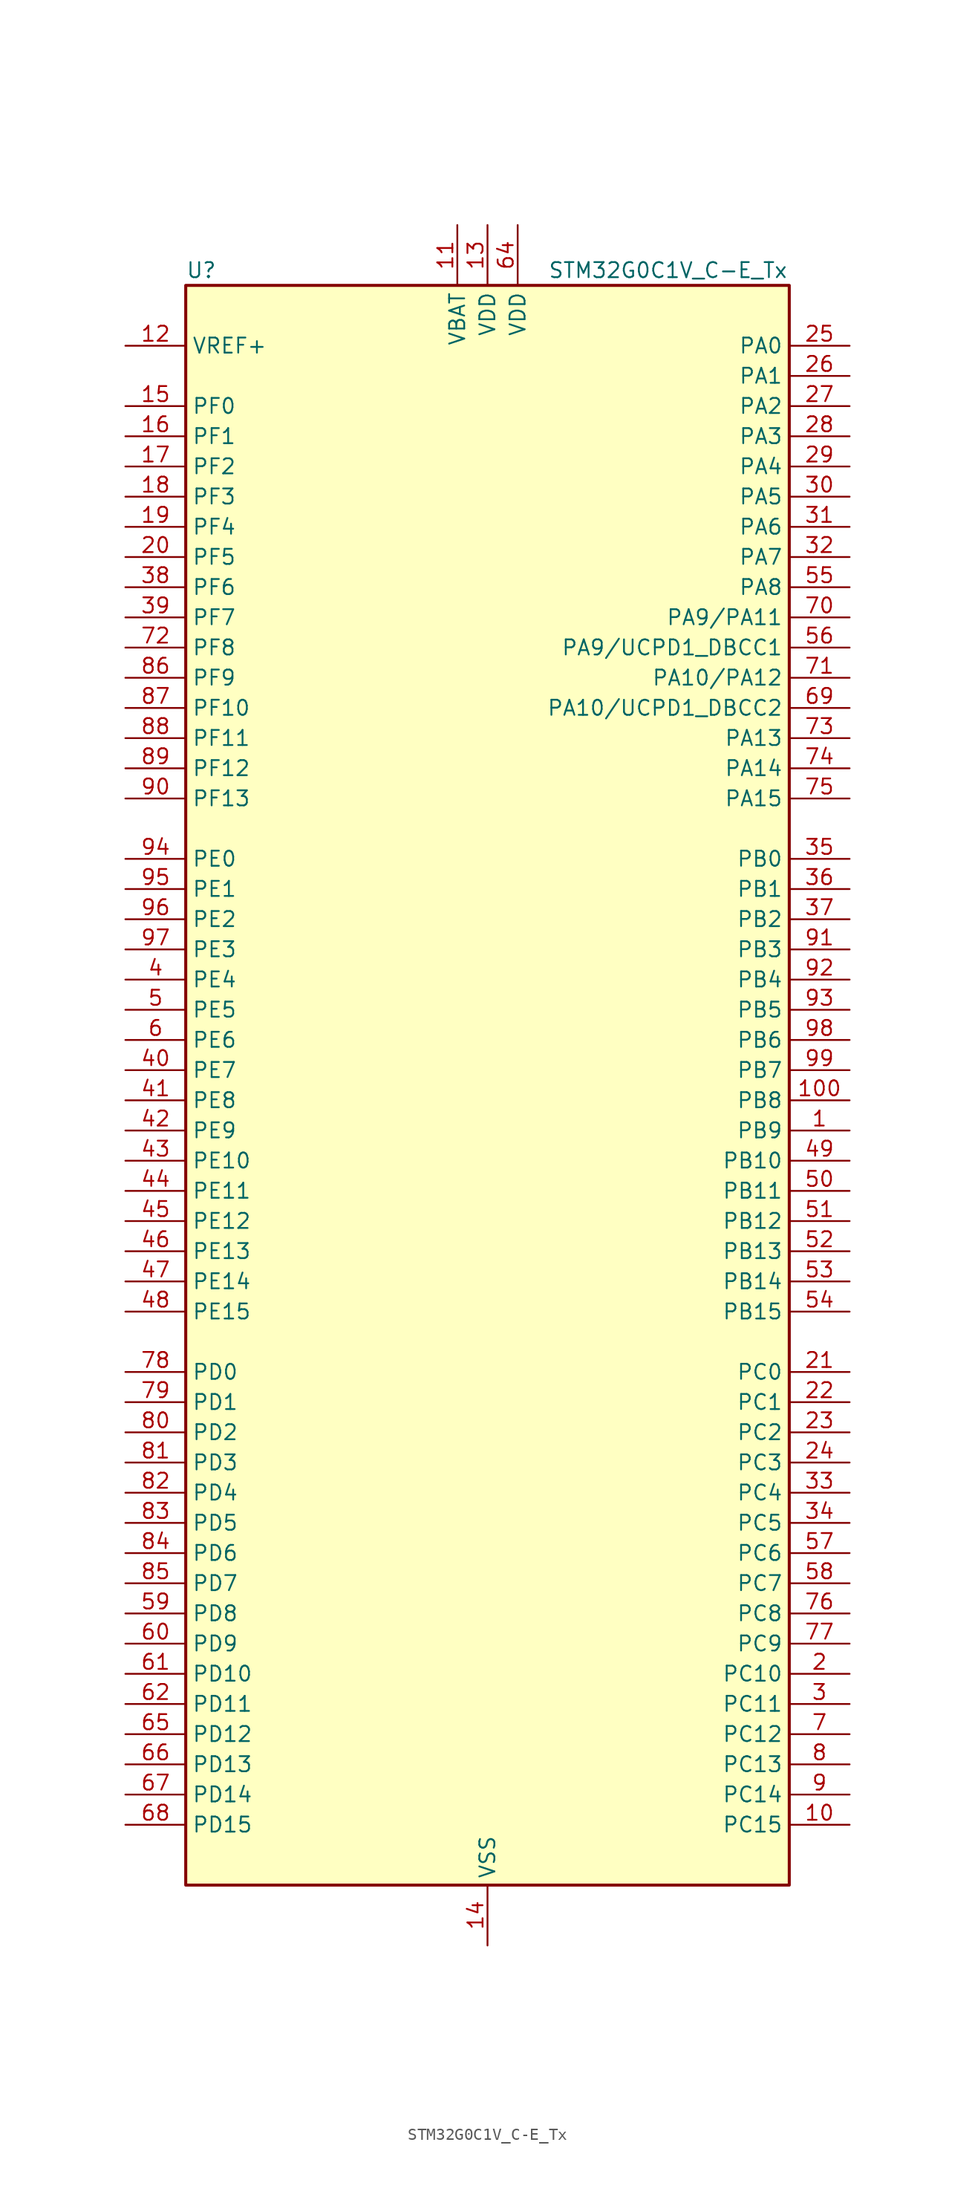
<source format=kicad_sym>
(kicad_symbol_lib
  (version 20231120)
  (generator "kicad-library-utils")
  (generator_version "8.0")
  (symbol "STM32G0C1V_C-E_Tx"
    (property "Reference" "U"
      (at -25.4 69.85 0)
      (effects (font (size 1.27 1.27)) (justify left)))
    (property "Value" "STM32G0C1V_C-E_Tx"
      (at 5.08 69.85 0)
      (effects (font (size 1.27 1.27)) (justify left)))
    (symbol "STM32G0C1V_C-E_Tx_0_1"
      (rectangle (start -25.4 -66.04) (end 25.4 68.58) (stroke (width 0.254) (type default)) (fill (type background))))
    (symbol "STM32G0C1V_C-E_Tx_1_1"
      (pin bidirectional line (at 30.48 -2.54 180) (length 5.08) (name "PB9" (effects (font (size 1.27 1.27)))) (number "1" (effects (font (size 1.27 1.27)))) (alternate "DAC1_EXTI9" bidirectional line) (alternate "FDCAN1_TX" bidirectional line) (alternate "I2C1_SDA" bidirectional line) (alternate "I2S2_WS" bidirectional line) (alternate "IR_OUT" bidirectional line) (alternate "SPI2_NSS" bidirectional line) (alternate "TIM17_CH1" bidirectional line) (alternate "TIM4_CH4" bidirectional line) (alternate "UCPD2_FRSTX1" bidirectional line) (alternate "UCPD2_FRSTX2" bidirectional line) (alternate "USART3_RX" bidirectional line) (alternate "USART6_RX" bidirectional line))
      (pin bidirectional line (at 30.48 -60.96 180) (length 5.08) (name "PC15" (effects (font (size 1.27 1.27)))) (number "10" (effects (font (size 1.27 1.27)))) (alternate "RCC_OSC32_EN" bidirectional line) (alternate "RCC_OSC32_OUT" bidirectional line) (alternate "RCC_OSC_EN" bidirectional line) (alternate "TIM15_BK" bidirectional line))
      (pin bidirectional line (at 30.48 0 180) (length 5.08) (name "PB8" (effects (font (size 1.27 1.27)))) (number "100" (effects (font (size 1.27 1.27)))) (alternate "CEC" bidirectional line) (alternate "FDCAN1_RX" bidirectional line) (alternate "I2C1_SCL" bidirectional line) (alternate "I2S2_CK" bidirectional line) (alternate "SPI2_SCK" bidirectional line) (alternate "TIM15_BK" bidirectional line) (alternate "TIM16_CH1" bidirectional line) (alternate "TIM4_CH3" bidirectional line) (alternate "USART3_TX" bidirectional line) (alternate "USART6_TX" bidirectional line))
      (pin power_in line (at -2.54 73.66 270) (length 5.08) (name "VBAT" (effects (font (size 1.27 1.27)))) (number "11" (effects (font (size 1.27 1.27)))))
      (pin input line (at -30.48 63.5 0) (length 5.08) (name "VREF+" (effects (font (size 1.27 1.27)))) (number "12" (effects (font (size 1.27 1.27)))) (alternate "VREFBUF_OUT" bidirectional line))
      (pin power_in line (at 0 73.66 270) (length 5.08) (name "VDD" (effects (font (size 1.27 1.27)))) (number "13" (effects (font (size 1.27 1.27)))))
      (pin power_in line (at 0 -71.12 90) (length 5.08) (name "VSS" (effects (font (size 1.27 1.27)))) (number "14" (effects (font (size 1.27 1.27)))))
      (pin bidirectional line (at -30.48 58.42 0) (length 5.08) (name "PF0" (effects (font (size 1.27 1.27)))) (number "15" (effects (font (size 1.27 1.27)))) (alternate "CRS1_SYNC" bidirectional line) (alternate "RCC_OSC_IN" bidirectional line) (alternate "TIM14_CH1" bidirectional line))
      (pin bidirectional line (at -30.48 55.88 0) (length 5.08) (name "PF1" (effects (font (size 1.27 1.27)))) (number "16" (effects (font (size 1.27 1.27)))) (alternate "RCC_OSC_EN" bidirectional line) (alternate "RCC_OSC_OUT" bidirectional line) (alternate "TIM15_CH1N" bidirectional line))
      (pin bidirectional line (at -30.48 53.34 0) (length 5.08) (name "PF2" (effects (font (size 1.27 1.27)))) (number "17" (effects (font (size 1.27 1.27)))) (alternate "LPUART2_DE" bidirectional line) (alternate "LPUART2_RTS" bidirectional line) (alternate "LPUART2_TX" bidirectional line) (alternate "RCC_MCO" bidirectional line))
      (pin bidirectional line (at -30.48 50.8 0) (length 5.08) (name "PF3" (effects (font (size 1.27 1.27)))) (number "18" (effects (font (size 1.27 1.27)))) (alternate "LPUART2_RX" bidirectional line) (alternate "USART6_CK" bidirectional line) (alternate "USART6_DE" bidirectional line) (alternate "USART6_RTS" bidirectional line))
      (pin bidirectional line (at -30.48 48.26 0) (length 5.08) (name "PF4" (effects (font (size 1.27 1.27)))) (number "19" (effects (font (size 1.27 1.27)))) (alternate "LPUART1_TX" bidirectional line))
      (pin bidirectional line (at 30.48 -48.26 180) (length 5.08) (name "PC10" (effects (font (size 1.27 1.27)))) (number "2" (effects (font (size 1.27 1.27)))) (alternate "SPI3_SCK" bidirectional line) (alternate "TIM1_CH3" bidirectional line) (alternate "USART3_TX" bidirectional line) (alternate "USART4_TX" bidirectional line))
      (pin bidirectional line (at -30.48 45.72 0) (length 5.08) (name "PF5" (effects (font (size 1.27 1.27)))) (number "20" (effects (font (size 1.27 1.27)))) (alternate "LPUART1_RX" bidirectional line))
      (pin bidirectional line (at 30.48 -22.86 180) (length 5.08) (name "PC0" (effects (font (size 1.27 1.27)))) (number "21" (effects (font (size 1.27 1.27)))) (alternate "COMP3_INM" bidirectional line) (alternate "COMP3_OUT" bidirectional line) (alternate "I2C3_SCL" bidirectional line) (alternate "LPTIM1_IN1" bidirectional line) (alternate "LPTIM2_IN1" bidirectional line) (alternate "LPUART1_RX" bidirectional line) (alternate "LPUART2_TX" bidirectional line) (alternate "USART6_TX" bidirectional line))
      (pin bidirectional line (at 30.48 -25.4 180) (length 5.08) (name "PC1" (effects (font (size 1.27 1.27)))) (number "22" (effects (font (size 1.27 1.27)))) (alternate "COMP3_INP" bidirectional line) (alternate "I2C3_SDA" bidirectional line) (alternate "LPTIM1_OUT" bidirectional line) (alternate "LPUART1_TX" bidirectional line) (alternate "LPUART2_RX" bidirectional line) (alternate "TIM15_CH1" bidirectional line) (alternate "USART6_RX" bidirectional line))
      (pin bidirectional line (at 30.48 -27.94 180) (length 5.08) (name "PC2" (effects (font (size 1.27 1.27)))) (number "23" (effects (font (size 1.27 1.27)))) (alternate "COMP3_OUT" bidirectional line) (alternate "FDCAN2_RX" bidirectional line) (alternate "I2S2_MCK" bidirectional line) (alternate "LPTIM1_IN2" bidirectional line) (alternate "SPI2_MISO" bidirectional line) (alternate "TIM15_CH2" bidirectional line))
      (pin bidirectional line (at 30.48 -30.48 180) (length 5.08) (name "PC3" (effects (font (size 1.27 1.27)))) (number "24" (effects (font (size 1.27 1.27)))) (alternate "FDCAN2_TX" bidirectional line) (alternate "I2S2_SD" bidirectional line) (alternate "LPTIM1_ETR" bidirectional line) (alternate "LPTIM2_ETR" bidirectional line) (alternate "SPI2_MOSI" bidirectional line))
      (pin bidirectional line (at 30.48 63.5 180) (length 5.08) (name "PA0" (effects (font (size 1.27 1.27)))) (number "25" (effects (font (size 1.27 1.27)))) (alternate "ADC1_IN0" bidirectional line) (alternate "COMP1_INM" bidirectional line) (alternate "COMP1_OUT" bidirectional line) (alternate "I2S2_CK" bidirectional line) (alternate "LPTIM1_OUT" bidirectional line) (alternate "RTC_TAMP_IN2" bidirectional line) (alternate "SPI2_SCK" bidirectional line) (alternate "SYS_WKUP1" bidirectional line) (alternate "TIM2_CH1" bidirectional line) (alternate "TIM2_ETR" bidirectional line) (alternate "UCPD2_FRSTX1" bidirectional line) (alternate "UCPD2_FRSTX2" bidirectional line) (alternate "USART2_CTS" bidirectional line) (alternate "USART2_NSS" bidirectional line) (alternate "USART4_TX" bidirectional line))
      (pin bidirectional line (at 30.48 60.96 180) (length 5.08) (name "PA1" (effects (font (size 1.27 1.27)))) (number "26" (effects (font (size 1.27 1.27)))) (alternate "ADC1_IN1" bidirectional line) (alternate "COMP1_INP" bidirectional line) (alternate "I2C1_SMBA" bidirectional line) (alternate "I2S1_CK" bidirectional line) (alternate "SPI1_SCK" bidirectional line) (alternate "TIM15_CH1N" bidirectional line) (alternate "TIM2_CH2" bidirectional line) (alternate "USART2_CK" bidirectional line) (alternate "USART2_DE" bidirectional line) (alternate "USART2_RTS" bidirectional line) (alternate "USART4_RX" bidirectional line))
      (pin bidirectional line (at 30.48 58.42 180) (length 5.08) (name "PA2" (effects (font (size 1.27 1.27)))) (number "27" (effects (font (size 1.27 1.27)))) (alternate "ADC1_IN2" bidirectional line) (alternate "COMP2_INM" bidirectional line) (alternate "COMP2_OUT" bidirectional line) (alternate "I2S1_SD" bidirectional line) (alternate "LPUART1_TX" bidirectional line) (alternate "RCC_LSCO" bidirectional line) (alternate "SPI1_MOSI" bidirectional line) (alternate "SYS_WKUP4" bidirectional line) (alternate "TIM15_CH1" bidirectional line) (alternate "TIM2_CH3" bidirectional line) (alternate "UCPD1_FRSTX1" bidirectional line) (alternate "UCPD1_FRSTX2" bidirectional line) (alternate "USART2_TX" bidirectional line))
      (pin bidirectional line (at 30.48 55.88 180) (length 5.08) (name "PA3" (effects (font (size 1.27 1.27)))) (number "28" (effects (font (size 1.27 1.27)))) (alternate "ADC1_IN3" bidirectional line) (alternate "COMP2_INP" bidirectional line) (alternate "I2S2_MCK" bidirectional line) (alternate "LPUART1_RX" bidirectional line) (alternate "SPI2_MISO" bidirectional line) (alternate "TIM15_CH2" bidirectional line) (alternate "TIM2_CH4" bidirectional line) (alternate "UCPD2_FRSTX1" bidirectional line) (alternate "UCPD2_FRSTX2" bidirectional line) (alternate "USART2_RX" bidirectional line))
      (pin bidirectional line (at 30.48 53.34 180) (length 5.08) (name "PA4" (effects (font (size 1.27 1.27)))) (number "29" (effects (font (size 1.27 1.27)))) (alternate "ADC1_IN4" bidirectional line) (alternate "DAC1_OUT1" bidirectional line) (alternate "I2S1_WS" bidirectional line) (alternate "I2S2_SD" bidirectional line) (alternate "LPTIM2_OUT" bidirectional line) (alternate "RTC_OUT2" bidirectional line) (alternate "SPI1_NSS" bidirectional line) (alternate "SPI2_MOSI" bidirectional line) (alternate "SPI3_NSS" bidirectional line) (alternate "TIM14_CH1" bidirectional line) (alternate "UCPD2_FRSTX1" bidirectional line) (alternate "UCPD2_FRSTX2" bidirectional line) (alternate "USART6_TX" bidirectional line) (alternate "USB_NOE" bidirectional line))
      (pin bidirectional line (at 30.48 -50.8 180) (length 5.08) (name "PC11" (effects (font (size 1.27 1.27)))) (number "3" (effects (font (size 1.27 1.27)))) (alternate "ADC1_EXTI11" bidirectional line) (alternate "SPI3_MISO" bidirectional line) (alternate "TIM1_CH4" bidirectional line) (alternate "USART3_RX" bidirectional line) (alternate "USART4_RX" bidirectional line))
      (pin bidirectional line (at 30.48 50.8 180) (length 5.08) (name "PA5" (effects (font (size 1.27 1.27)))) (number "30" (effects (font (size 1.27 1.27)))) (alternate "ADC1_IN5" bidirectional line) (alternate "CEC" bidirectional line) (alternate "DAC1_OUT2" bidirectional line) (alternate "I2S1_CK" bidirectional line) (alternate "LPTIM2_ETR" bidirectional line) (alternate "SPI1_SCK" bidirectional line) (alternate "TIM2_CH1" bidirectional line) (alternate "TIM2_ETR" bidirectional line) (alternate "UCPD1_FRSTX1" bidirectional line) (alternate "UCPD1_FRSTX2" bidirectional line) (alternate "USART3_TX" bidirectional line) (alternate "USART6_RX" bidirectional line))
      (pin bidirectional line (at 30.48 48.26 180) (length 5.08) (name "PA6" (effects (font (size 1.27 1.27)))) (number "31" (effects (font (size 1.27 1.27)))) (alternate "ADC1_IN6" bidirectional line) (alternate "COMP1_OUT" bidirectional line) (alternate "I2C2_SDA" bidirectional line) (alternate "I2C3_SDA" bidirectional line) (alternate "I2S1_MCK" bidirectional line) (alternate "LPUART1_CTS" bidirectional line) (alternate "SPI1_MISO" bidirectional line) (alternate "TIM16_CH1" bidirectional line) (alternate "TIM1_BK" bidirectional line) (alternate "TIM3_CH1" bidirectional line) (alternate "USART3_CTS" bidirectional line) (alternate "USART3_NSS" bidirectional line) (alternate "USART6_CTS" bidirectional line) (alternate "USART6_NSS" bidirectional line))
      (pin bidirectional line (at 30.48 45.72 180) (length 5.08) (name "PA7" (effects (font (size 1.27 1.27)))) (number "32" (effects (font (size 1.27 1.27)))) (alternate "ADC1_IN7" bidirectional line) (alternate "COMP2_OUT" bidirectional line) (alternate "I2C2_SCL" bidirectional line) (alternate "I2C3_SCL" bidirectional line) (alternate "I2S1_SD" bidirectional line) (alternate "SPI1_MOSI" bidirectional line) (alternate "TIM14_CH1" bidirectional line) (alternate "TIM17_CH1" bidirectional line) (alternate "TIM1_CH1N" bidirectional line) (alternate "TIM3_CH2" bidirectional line) (alternate "UCPD1_FRSTX1" bidirectional line) (alternate "UCPD1_FRSTX2" bidirectional line) (alternate "USART6_CK" bidirectional line) (alternate "USART6_DE" bidirectional line) (alternate "USART6_RTS" bidirectional line))
      (pin bidirectional line (at 30.48 -33.02 180) (length 5.08) (name "PC4" (effects (font (size 1.27 1.27)))) (number "33" (effects (font (size 1.27 1.27)))) (alternate "ADC1_IN17" bidirectional line) (alternate "COMP1_INM" bidirectional line) (alternate "FDCAN1_RX" bidirectional line) (alternate "TIM2_CH1" bidirectional line) (alternate "TIM2_ETR" bidirectional line) (alternate "USART1_TX" bidirectional line) (alternate "USART3_TX" bidirectional line))
      (pin bidirectional line (at 30.48 -35.56 180) (length 5.08) (name "PC5" (effects (font (size 1.27 1.27)))) (number "34" (effects (font (size 1.27 1.27)))) (alternate "ADC1_IN18" bidirectional line) (alternate "COMP1_INP" bidirectional line) (alternate "FDCAN1_TX" bidirectional line) (alternate "SYS_WKUP5" bidirectional line) (alternate "TIM2_CH2" bidirectional line) (alternate "USART1_RX" bidirectional line) (alternate "USART3_RX" bidirectional line))
      (pin bidirectional line (at 30.48 20.32 180) (length 5.08) (name "PB0" (effects (font (size 1.27 1.27)))) (number "35" (effects (font (size 1.27 1.27)))) (alternate "ADC1_IN8" bidirectional line) (alternate "COMP1_OUT" bidirectional line) (alternate "COMP3_INP" bidirectional line) (alternate "FDCAN2_RX" bidirectional line) (alternate "I2S1_WS" bidirectional line) (alternate "LPTIM1_OUT" bidirectional line) (alternate "LPUART2_CTS" bidirectional line) (alternate "SPI1_NSS" bidirectional line) (alternate "TIM1_CH2N" bidirectional line) (alternate "TIM3_CH3" bidirectional line) (alternate "UCPD1_FRSTX1" bidirectional line) (alternate "UCPD1_FRSTX2" bidirectional line) (alternate "USART3_RX" bidirectional line) (alternate "USART5_TX" bidirectional line))
      (pin bidirectional line (at 30.48 17.78 180) (length 5.08) (name "PB1" (effects (font (size 1.27 1.27)))) (number "36" (effects (font (size 1.27 1.27)))) (alternate "ADC1_IN9" bidirectional line) (alternate "COMP1_INM" bidirectional line) (alternate "COMP3_OUT" bidirectional line) (alternate "FDCAN2_TX" bidirectional line) (alternate "LPTIM2_IN1" bidirectional line) (alternate "LPUART1_DE" bidirectional line) (alternate "LPUART1_RTS" bidirectional line) (alternate "LPUART2_DE" bidirectional line) (alternate "LPUART2_RTS" bidirectional line) (alternate "TIM14_CH1" bidirectional line) (alternate "TIM1_CH3N" bidirectional line) (alternate "TIM3_CH4" bidirectional line) (alternate "USART3_CK" bidirectional line) (alternate "USART3_DE" bidirectional line) (alternate "USART3_RTS" bidirectional line) (alternate "USART5_RX" bidirectional line))
      (pin bidirectional line (at 30.48 15.24 180) (length 5.08) (name "PB2" (effects (font (size 1.27 1.27)))) (number "37" (effects (font (size 1.27 1.27)))) (alternate "ADC1_IN10" bidirectional line) (alternate "COMP1_INP" bidirectional line) (alternate "COMP3_INM" bidirectional line) (alternate "I2S2_MCK" bidirectional line) (alternate "LPTIM1_OUT" bidirectional line) (alternate "RCC_MCO_2" bidirectional line) (alternate "SPI2_MISO" bidirectional line) (alternate "USART3_TX" bidirectional line))
      (pin bidirectional line (at -30.48 43.18 0) (length 5.08) (name "PF6" (effects (font (size 1.27 1.27)))) (number "38" (effects (font (size 1.27 1.27)))) (alternate "LPUART1_DE" bidirectional line) (alternate "LPUART1_RTS" bidirectional line))
      (pin bidirectional line (at -30.48 40.64 0) (length 5.08) (name "PF7" (effects (font (size 1.27 1.27)))) (number "39" (effects (font (size 1.27 1.27)))) (alternate "LPUART1_CTS" bidirectional line) (alternate "USART5_CTS" bidirectional line) (alternate "USART5_NSS" bidirectional line))
      (pin bidirectional line (at -30.48 10.16 0) (length 5.08) (name "PE4" (effects (font (size 1.27 1.27)))) (number "4" (effects (font (size 1.27 1.27)))) (alternate "TIM3_CH2" bidirectional line))
      (pin bidirectional line (at -30.48 2.54 0) (length 5.08) (name "PE7" (effects (font (size 1.27 1.27)))) (number "40" (effects (font (size 1.27 1.27)))) (alternate "COMP3_INP" bidirectional line) (alternate "TIM1_ETR" bidirectional line) (alternate "USART5_CK" bidirectional line) (alternate "USART5_DE" bidirectional line) (alternate "USART5_RTS" bidirectional line))
      (pin bidirectional line (at -30.48 0 0) (length 5.08) (name "PE8" (effects (font (size 1.27 1.27)))) (number "41" (effects (font (size 1.27 1.27)))) (alternate "COMP3_INM" bidirectional line) (alternate "TIM1_CH1N" bidirectional line) (alternate "USART4_TX" bidirectional line))
      (pin bidirectional line (at -30.48 -2.54 0) (length 5.08) (name "PE9" (effects (font (size 1.27 1.27)))) (number "42" (effects (font (size 1.27 1.27)))) (alternate "DAC1_EXTI9" bidirectional line) (alternate "TIM1_CH1" bidirectional line) (alternate "USART4_RX" bidirectional line))
      (pin bidirectional line (at -30.48 -5.08 0) (length 5.08) (name "PE10" (effects (font (size 1.27 1.27)))) (number "43" (effects (font (size 1.27 1.27)))) (alternate "TIM1_CH2N" bidirectional line) (alternate "USART5_TX" bidirectional line))
      (pin bidirectional line (at -30.48 -7.62 0) (length 5.08) (name "PE11" (effects (font (size 1.27 1.27)))) (number "44" (effects (font (size 1.27 1.27)))) (alternate "ADC1_EXTI11" bidirectional line) (alternate "TIM1_CH2" bidirectional line) (alternate "USART5_RX" bidirectional line))
      (pin bidirectional line (at -30.48 -10.16 0) (length 5.08) (name "PE12" (effects (font (size 1.27 1.27)))) (number "45" (effects (font (size 1.27 1.27)))) (alternate "I2S1_WS" bidirectional line) (alternate "SPI1_NSS" bidirectional line) (alternate "TIM1_CH3N" bidirectional line))
      (pin bidirectional line (at -30.48 -12.7 0) (length 5.08) (name "PE13" (effects (font (size 1.27 1.27)))) (number "46" (effects (font (size 1.27 1.27)))) (alternate "I2S1_CK" bidirectional line) (alternate "SPI1_SCK" bidirectional line) (alternate "TIM1_CH3" bidirectional line))
      (pin bidirectional line (at -30.48 -15.24 0) (length 5.08) (name "PE14" (effects (font (size 1.27 1.27)))) (number "47" (effects (font (size 1.27 1.27)))) (alternate "I2S1_MCK" bidirectional line) (alternate "SPI1_MISO" bidirectional line) (alternate "TIM1_BK2" bidirectional line) (alternate "TIM1_CH4" bidirectional line))
      (pin bidirectional line (at -30.48 -17.78 0) (length 5.08) (name "PE15" (effects (font (size 1.27 1.27)))) (number "48" (effects (font (size 1.27 1.27)))) (alternate "I2S1_SD" bidirectional line) (alternate "SPI1_MOSI" bidirectional line) (alternate "TIM1_BK" bidirectional line))
      (pin bidirectional line (at 30.48 -5.08 180) (length 5.08) (name "PB10" (effects (font (size 1.27 1.27)))) (number "49" (effects (font (size 1.27 1.27)))) (alternate "ADC1_IN11" bidirectional line) (alternate "CEC" bidirectional line) (alternate "COMP1_OUT" bidirectional line) (alternate "I2C2_SCL" bidirectional line) (alternate "I2S2_CK" bidirectional line) (alternate "LPUART1_RX" bidirectional line) (alternate "SPI2_SCK" bidirectional line) (alternate "TIM2_CH3" bidirectional line) (alternate "USART3_TX" bidirectional line))
      (pin bidirectional line (at -30.48 7.62 0) (length 5.08) (name "PE5" (effects (font (size 1.27 1.27)))) (number "5" (effects (font (size 1.27 1.27)))) (alternate "TIM3_CH3" bidirectional line))
      (pin bidirectional line (at 30.48 -7.62 180) (length 5.08) (name "PB11" (effects (font (size 1.27 1.27)))) (number "50" (effects (font (size 1.27 1.27)))) (alternate "ADC1_EXTI11" bidirectional line) (alternate "ADC1_IN15" bidirectional line) (alternate "COMP2_OUT" bidirectional line) (alternate "I2C2_SDA" bidirectional line) (alternate "I2S2_SD" bidirectional line) (alternate "LPUART1_TX" bidirectional line) (alternate "SPI2_MOSI" bidirectional line) (alternate "TIM2_CH4" bidirectional line) (alternate "USART3_RX" bidirectional line))
      (pin bidirectional line (at 30.48 -10.16 180) (length 5.08) (name "PB12" (effects (font (size 1.27 1.27)))) (number "51" (effects (font (size 1.27 1.27)))) (alternate "ADC1_IN16" bidirectional line) (alternate "FDCAN2_RX" bidirectional line) (alternate "I2C2_SMBA" bidirectional line) (alternate "I2S2_WS" bidirectional line) (alternate "LPUART1_DE" bidirectional line) (alternate "LPUART1_RTS" bidirectional line) (alternate "SPI2_NSS" bidirectional line) (alternate "TIM15_BK" bidirectional line) (alternate "TIM1_BK" bidirectional line) (alternate "UCPD2_FRSTX1" bidirectional line) (alternate "UCPD2_FRSTX2" bidirectional line))
      (pin bidirectional line (at 30.48 -12.7 180) (length 5.08) (name "PB13" (effects (font (size 1.27 1.27)))) (number "52" (effects (font (size 1.27 1.27)))) (alternate "FDCAN2_TX" bidirectional line) (alternate "I2C2_SCL" bidirectional line) (alternate "I2S2_CK" bidirectional line) (alternate "LPUART1_CTS" bidirectional line) (alternate "SPI2_SCK" bidirectional line) (alternate "TIM15_CH1N" bidirectional line) (alternate "TIM1_CH1N" bidirectional line) (alternate "USART3_CTS" bidirectional line) (alternate "USART3_NSS" bidirectional line))
      (pin bidirectional line (at 30.48 -15.24 180) (length 5.08) (name "PB14" (effects (font (size 1.27 1.27)))) (number "53" (effects (font (size 1.27 1.27)))) (alternate "I2C2_SDA" bidirectional line) (alternate "I2S2_MCK" bidirectional line) (alternate "SPI2_MISO" bidirectional line) (alternate "TIM15_CH1" bidirectional line) (alternate "TIM1_CH2N" bidirectional line) (alternate "UCPD1_FRSTX1" bidirectional line) (alternate "UCPD1_FRSTX2" bidirectional line) (alternate "USART3_CK" bidirectional line) (alternate "USART3_DE" bidirectional line) (alternate "USART3_RTS" bidirectional line) (alternate "USART6_CK" bidirectional line) (alternate "USART6_DE" bidirectional line) (alternate "USART6_RTS" bidirectional line))
      (pin bidirectional line (at 30.48 -17.78 180) (length 5.08) (name "PB15" (effects (font (size 1.27 1.27)))) (number "54" (effects (font (size 1.27 1.27)))) (alternate "I2S2_SD" bidirectional line) (alternate "RTC_REFIN" bidirectional line) (alternate "SPI2_MOSI" bidirectional line) (alternate "TIM15_CH1N" bidirectional line) (alternate "TIM15_CH2" bidirectional line) (alternate "TIM1_CH3N" bidirectional line) (alternate "UCPD1_CC2" bidirectional line) (alternate "USART6_CTS" bidirectional line) (alternate "USART6_NSS" bidirectional line))
      (pin bidirectional line (at 30.48 43.18 180) (length 5.08) (name "PA8" (effects (font (size 1.27 1.27)))) (number "55" (effects (font (size 1.27 1.27)))) (alternate "CRS1_SYNC" bidirectional line) (alternate "I2C2_SMBA" bidirectional line) (alternate "I2S2_WS" bidirectional line) (alternate "LPTIM2_OUT" bidirectional line) (alternate "RCC_MCO" bidirectional line) (alternate "SPI2_NSS" bidirectional line) (alternate "TIM1_CH1" bidirectional line) (alternate "UCPD1_CC1" bidirectional line))
      (pin bidirectional line (at 30.48 38.1 180) (length 5.08) (name "PA9/UCPD1_DBCC1" (effects (font (size 1.27 1.27)))) (number "56" (effects (font (size 1.27 1.27)))) (alternate "PA9" bidirectional line) (alternate "DAC1_EXTI9 (PA9)" bidirectional line) (alternate "I2C1_SCL (PA9)" bidirectional line) (alternate "I2C2_SCL (PA9)" bidirectional line) (alternate "I2S2_MCK (PA9)" bidirectional line) (alternate "RCC_MCO (PA9)" bidirectional line) (alternate "SPI2_MISO (PA9)" bidirectional line) (alternate "TIM15_BK (PA9)" bidirectional line) (alternate "TIM1_CH2 (PA9)" bidirectional line) (alternate "UCPD1_DBCC1 (PA9)" bidirectional line) (alternate "USART1_TX (PA9)" bidirectional line) (alternate "UCPD1_DBCC1" bidirectional line) (alternate "UCPD1_DBCC1 (UCPD1_DBCC1)" bidirectional line))
      (pin bidirectional line (at 30.48 -38.1 180) (length 5.08) (name "PC6" (effects (font (size 1.27 1.27)))) (number "57" (effects (font (size 1.27 1.27)))) (alternate "LPUART2_TX" bidirectional line) (alternate "TIM2_CH3" bidirectional line) (alternate "TIM3_CH1" bidirectional line) (alternate "UCPD1_FRSTX1" bidirectional line) (alternate "UCPD1_FRSTX2" bidirectional line))
      (pin bidirectional line (at 30.48 -40.64 180) (length 5.08) (name "PC7" (effects (font (size 1.27 1.27)))) (number "58" (effects (font (size 1.27 1.27)))) (alternate "LPUART2_RX" bidirectional line) (alternate "TIM2_CH4" bidirectional line) (alternate "TIM3_CH2" bidirectional line) (alternate "UCPD2_FRSTX1" bidirectional line) (alternate "UCPD2_FRSTX2" bidirectional line))
      (pin bidirectional line (at -30.48 -43.18 0) (length 5.08) (name "PD8" (effects (font (size 1.27 1.27)))) (number "59" (effects (font (size 1.27 1.27)))) (alternate "I2S1_CK" bidirectional line) (alternate "LPTIM1_OUT" bidirectional line) (alternate "SPI1_SCK" bidirectional line) (alternate "USART3_TX" bidirectional line))
      (pin bidirectional line (at -30.48 5.08 0) (length 5.08) (name "PE6" (effects (font (size 1.27 1.27)))) (number "6" (effects (font (size 1.27 1.27)))) (alternate "RTC_TAMP_IN3" bidirectional line) (alternate "SYS_WKUP3" bidirectional line) (alternate "TIM3_CH4" bidirectional line))
      (pin bidirectional line (at -30.48 -45.72 0) (length 5.08) (name "PD9" (effects (font (size 1.27 1.27)))) (number "60" (effects (font (size 1.27 1.27)))) (alternate "DAC1_EXTI9" bidirectional line) (alternate "I2S1_WS" bidirectional line) (alternate "SPI1_NSS" bidirectional line) (alternate "TIM1_BK2" bidirectional line) (alternate "USART3_RX" bidirectional line))
      (pin bidirectional line (at -30.48 -48.26 0) (length 5.08) (name "PD10" (effects (font (size 1.27 1.27)))) (number "61" (effects (font (size 1.27 1.27)))) (alternate "RCC_MCO" bidirectional line))
      (pin bidirectional line (at -30.48 -50.8 0) (length 5.08) (name "PD11" (effects (font (size 1.27 1.27)))) (number "62" (effects (font (size 1.27 1.27)))) (alternate "ADC1_EXTI11" bidirectional line) (alternate "LPTIM2_ETR" bidirectional line) (alternate "USART3_CTS" bidirectional line) (alternate "USART3_NSS" bidirectional line))
      (pin passive line (at 0 -71.12 90) (length 5.08) hide (name "VSS" (effects (font (size 1.27 1.27)))) (number "63" (effects (font (size 1.27 1.27)))))
      (pin power_in line (at 2.54 73.66 270) (length 5.08) (name "VDD" (effects (font (size 1.27 1.27)))) (number "64" (effects (font (size 1.27 1.27)))))
      (pin bidirectional line (at -30.48 -53.34 0) (length 5.08) (name "PD12" (effects (font (size 1.27 1.27)))) (number "65" (effects (font (size 1.27 1.27)))) (alternate "FDCAN1_RX" bidirectional line) (alternate "LPTIM2_IN1" bidirectional line) (alternate "TIM4_CH1" bidirectional line) (alternate "USART3_CK" bidirectional line) (alternate "USART3_DE" bidirectional line) (alternate "USART3_RTS" bidirectional line))
      (pin bidirectional line (at -30.48 -55.88 0) (length 5.08) (name "PD13" (effects (font (size 1.27 1.27)))) (number "66" (effects (font (size 1.27 1.27)))) (alternate "FDCAN1_TX" bidirectional line) (alternate "LPTIM2_OUT" bidirectional line) (alternate "TIM4_CH2" bidirectional line))
      (pin bidirectional line (at -30.48 -58.42 0) (length 5.08) (name "PD14" (effects (font (size 1.27 1.27)))) (number "67" (effects (font (size 1.27 1.27)))) (alternate "FDCAN2_RX" bidirectional line) (alternate "LPUART2_CTS" bidirectional line) (alternate "TIM4_CH3" bidirectional line))
      (pin bidirectional line (at -30.48 -60.96 0) (length 5.08) (name "PD15" (effects (font (size 1.27 1.27)))) (number "68" (effects (font (size 1.27 1.27)))) (alternate "CRS1_SYNC" bidirectional line) (alternate "FDCAN2_TX" bidirectional line) (alternate "LPUART2_DE" bidirectional line) (alternate "LPUART2_RTS" bidirectional line) (alternate "TIM4_CH4" bidirectional line))
      (pin bidirectional line (at 30.48 33.02 180) (length 5.08) (name "PA10/UCPD1_DBCC2" (effects (font (size 1.27 1.27)))) (number "69" (effects (font (size 1.27 1.27)))) (alternate "PA10" bidirectional line) (alternate "I2C1_SDA (PA10)" bidirectional line) (alternate "I2C2_SDA (PA10)" bidirectional line) (alternate "I2S2_SD (PA10)" bidirectional line) (alternate "RCC_MCO_2 (PA10)" bidirectional line) (alternate "SPI2_MOSI (PA10)" bidirectional line) (alternate "TIM17_BK (PA10)" bidirectional line) (alternate "TIM1_CH3 (PA10)" bidirectional line) (alternate "UCPD1_DBCC2 (PA10)" bidirectional line) (alternate "USART1_RX (PA10)" bidirectional line) (alternate "UCPD1_DBCC2" bidirectional line) (alternate "UCPD1_DBCC2 (UCPD1_DBCC2)" bidirectional line))
      (pin bidirectional line (at 30.48 -53.34 180) (length 5.08) (name "PC12" (effects (font (size 1.27 1.27)))) (number "7" (effects (font (size 1.27 1.27)))) (alternate "LPTIM1_IN1" bidirectional line) (alternate "SPI3_MOSI" bidirectional line) (alternate "TIM14_CH1" bidirectional line) (alternate "UCPD1_FRSTX1" bidirectional line) (alternate "UCPD1_FRSTX2" bidirectional line) (alternate "USART5_TX" bidirectional line))
      (pin bidirectional line (at 30.48 40.64 180) (length 5.08) (name "PA9/PA11" (effects (font (size 1.27 1.27)))) (number "70" (effects (font (size 1.27 1.27)))) (alternate "PA9" bidirectional line) (alternate "DAC1_EXTI9 (PA9)" bidirectional line) (alternate "I2C1_SCL (PA9)" bidirectional line) (alternate "I2C2_SCL (PA9)" bidirectional line) (alternate "I2S2_MCK (PA9)" bidirectional line) (alternate "RCC_MCO (PA9)" bidirectional line) (alternate "SPI2_MISO (PA9)" bidirectional line) (alternate "TIM15_BK (PA9)" bidirectional line) (alternate "TIM1_CH2 (PA9)" bidirectional line) (alternate "UCPD1_DBCC1 (PA9)" bidirectional line) (alternate "USART1_TX (PA9)" bidirectional line) (alternate "PA11" bidirectional line) (alternate "ADC1_EXTI11 (PA11)" bidirectional line) (alternate "COMP1_OUT (PA11)" bidirectional line) (alternate "FDCAN1_RX (PA11)" bidirectional line) (alternate "I2C2_SCL (PA11)" bidirectional line) (alternate "I2S1_MCK (PA11)" bidirectional line) (alternate "SPI1_MISO (PA11)" bidirectional line) (alternate "TIM1_BK2 (PA11)" bidirectional line) (alternate "TIM1_CH4 (PA11)" bidirectional line) (alternate "USART1_CTS (PA11)" bidirectional line) (alternate "USART1_NSS (PA11)" bidirectional line) (alternate "USB_DM (PA11)" bidirectional line))
      (pin bidirectional line (at 30.48 35.56 180) (length 5.08) (name "PA10/PA12" (effects (font (size 1.27 1.27)))) (number "71" (effects (font (size 1.27 1.27)))) (alternate "PA10" bidirectional line) (alternate "I2C1_SDA (PA10)" bidirectional line) (alternate "I2C2_SDA (PA10)" bidirectional line) (alternate "I2S2_SD (PA10)" bidirectional line) (alternate "RCC_MCO_2 (PA10)" bidirectional line) (alternate "SPI2_MOSI (PA10)" bidirectional line) (alternate "TIM17_BK (PA10)" bidirectional line) (alternate "TIM1_CH3 (PA10)" bidirectional line) (alternate "UCPD1_DBCC2 (PA10)" bidirectional line) (alternate "USART1_RX (PA10)" bidirectional line) (alternate "PA12" bidirectional line) (alternate "COMP2_OUT (PA12)" bidirectional line) (alternate "FDCAN1_TX (PA12)" bidirectional line) (alternate "I2C2_SDA (PA12)" bidirectional line) (alternate "I2S1_SD (PA12)" bidirectional line) (alternate "I2S_CKIN (PA12)" bidirectional line) (alternate "SPI1_MOSI (PA12)" bidirectional line) (alternate "TIM1_ETR (PA12)" bidirectional line) (alternate "USART1_CK (PA12)" bidirectional line) (alternate "USART1_DE (PA12)" bidirectional line) (alternate "USART1_RTS (PA12)" bidirectional line) (alternate "USB_DP (PA12)" bidirectional line))
      (pin bidirectional line (at -30.48 38.1 0) (length 5.08) (name "PF8" (effects (font (size 1.27 1.27)))) (number "72" (effects (font (size 1.27 1.27)))))
      (pin bidirectional line (at 30.48 30.48 180) (length 5.08) (name "PA13" (effects (font (size 1.27 1.27)))) (number "73" (effects (font (size 1.27 1.27)))) (alternate "IR_OUT" bidirectional line) (alternate "LPUART2_RX" bidirectional line) (alternate "SYS_SWDIO" bidirectional line) (alternate "USB_NOE" bidirectional line))
      (pin bidirectional line (at 30.48 27.94 180) (length 5.08) (name "PA14" (effects (font (size 1.27 1.27)))) (number "74" (effects (font (size 1.27 1.27)))) (alternate "LPUART2_TX" bidirectional line) (alternate "SYS_SWCLK" bidirectional line) (alternate "USART2_TX" bidirectional line))
      (pin bidirectional line (at 30.48 25.4 180) (length 5.08) (name "PA15" (effects (font (size 1.27 1.27)))) (number "75" (effects (font (size 1.27 1.27)))) (alternate "I2C2_SMBA" bidirectional line) (alternate "I2S1_WS" bidirectional line) (alternate "RCC_MCO_2" bidirectional line) (alternate "SPI1_NSS" bidirectional line) (alternate "SPI3_NSS" bidirectional line) (alternate "TIM2_CH1" bidirectional line) (alternate "TIM2_ETR" bidirectional line) (alternate "USART2_RX" bidirectional line) (alternate "USART3_CK" bidirectional line) (alternate "USART3_DE" bidirectional line) (alternate "USART3_RTS" bidirectional line) (alternate "USART4_CK" bidirectional line) (alternate "USART4_DE" bidirectional line) (alternate "USART4_RTS" bidirectional line) (alternate "USB_NOE" bidirectional line))
      (pin bidirectional line (at 30.48 -43.18 180) (length 5.08) (name "PC8" (effects (font (size 1.27 1.27)))) (number "76" (effects (font (size 1.27 1.27)))) (alternate "LPUART2_CTS" bidirectional line) (alternate "TIM1_CH1" bidirectional line) (alternate "TIM3_CH3" bidirectional line) (alternate "UCPD2_FRSTX1" bidirectional line) (alternate "UCPD2_FRSTX2" bidirectional line))
      (pin bidirectional line (at 30.48 -45.72 180) (length 5.08) (name "PC9" (effects (font (size 1.27 1.27)))) (number "77" (effects (font (size 1.27 1.27)))) (alternate "DAC1_EXTI9" bidirectional line) (alternate "I2S_CKIN" bidirectional line) (alternate "LPUART2_DE" bidirectional line) (alternate "LPUART2_RTS" bidirectional line) (alternate "TIM1_CH2" bidirectional line) (alternate "TIM3_CH4" bidirectional line) (alternate "USB_NOE" bidirectional line))
      (pin bidirectional line (at -30.48 -22.86 0) (length 5.08) (name "PD0" (effects (font (size 1.27 1.27)))) (number "78" (effects (font (size 1.27 1.27)))) (alternate "FDCAN1_RX" bidirectional line) (alternate "I2S2_WS" bidirectional line) (alternate "SPI2_NSS" bidirectional line) (alternate "TIM16_CH1" bidirectional line) (alternate "UCPD2_CC1" bidirectional line))
      (pin bidirectional line (at -30.48 -25.4 0) (length 5.08) (name "PD1" (effects (font (size 1.27 1.27)))) (number "79" (effects (font (size 1.27 1.27)))) (alternate "FDCAN1_TX" bidirectional line) (alternate "I2S2_CK" bidirectional line) (alternate "SPI2_SCK" bidirectional line) (alternate "TIM17_CH1" bidirectional line) (alternate "UCPD2_DBCC1" bidirectional line))
      (pin bidirectional line (at 30.48 -55.88 180) (length 5.08) (name "PC13" (effects (font (size 1.27 1.27)))) (number "8" (effects (font (size 1.27 1.27)))) (alternate "RTC_OUT1" bidirectional line) (alternate "RTC_TAMP_IN1" bidirectional line) (alternate "RTC_TS" bidirectional line) (alternate "SYS_WKUP2" bidirectional line) (alternate "TIM1_BK" bidirectional line))
      (pin bidirectional line (at -30.48 -27.94 0) (length 5.08) (name "PD2" (effects (font (size 1.27 1.27)))) (number "80" (effects (font (size 1.27 1.27)))) (alternate "TIM1_CH1N" bidirectional line) (alternate "TIM3_ETR" bidirectional line) (alternate "UCPD2_CC2" bidirectional line) (alternate "USART3_CK" bidirectional line) (alternate "USART3_DE" bidirectional line) (alternate "USART3_RTS" bidirectional line) (alternate "USART5_RX" bidirectional line))
      (pin bidirectional line (at -30.48 -30.48 0) (length 5.08) (name "PD3" (effects (font (size 1.27 1.27)))) (number "81" (effects (font (size 1.27 1.27)))) (alternate "I2S2_MCK" bidirectional line) (alternate "SPI2_MISO" bidirectional line) (alternate "TIM1_CH2N" bidirectional line) (alternate "UCPD2_DBCC2" bidirectional line) (alternate "USART2_CTS" bidirectional line) (alternate "USART2_NSS" bidirectional line) (alternate "USART5_TX" bidirectional line))
      (pin bidirectional line (at -30.48 -33.02 0) (length 5.08) (name "PD4" (effects (font (size 1.27 1.27)))) (number "82" (effects (font (size 1.27 1.27)))) (alternate "I2S2_SD" bidirectional line) (alternate "SPI2_MOSI" bidirectional line) (alternate "TIM1_CH3N" bidirectional line) (alternate "USART2_CK" bidirectional line) (alternate "USART2_DE" bidirectional line) (alternate "USART2_RTS" bidirectional line) (alternate "USART5_CK" bidirectional line) (alternate "USART5_DE" bidirectional line) (alternate "USART5_RTS" bidirectional line))
      (pin bidirectional line (at -30.48 -35.56 0) (length 5.08) (name "PD5" (effects (font (size 1.27 1.27)))) (number "83" (effects (font (size 1.27 1.27)))) (alternate "I2S1_MCK" bidirectional line) (alternate "SPI1_MISO" bidirectional line) (alternate "TIM1_BK" bidirectional line) (alternate "USART2_TX" bidirectional line) (alternate "USART5_CTS" bidirectional line) (alternate "USART5_NSS" bidirectional line))
      (pin bidirectional line (at -30.48 -38.1 0) (length 5.08) (name "PD6" (effects (font (size 1.27 1.27)))) (number "84" (effects (font (size 1.27 1.27)))) (alternate "I2S1_SD" bidirectional line) (alternate "LPTIM2_OUT" bidirectional line) (alternate "SPI1_MOSI" bidirectional line) (alternate "USART2_RX" bidirectional line))
      (pin bidirectional line (at -30.48 -40.64 0) (length 5.08) (name "PD7" (effects (font (size 1.27 1.27)))) (number "85" (effects (font (size 1.27 1.27)))) (alternate "RCC_MCO_2" bidirectional line))
      (pin bidirectional line (at -30.48 35.56 0) (length 5.08) (name "PF9" (effects (font (size 1.27 1.27)))) (number "86" (effects (font (size 1.27 1.27)))) (alternate "DAC1_EXTI9" bidirectional line) (alternate "USART6_TX" bidirectional line))
      (pin bidirectional line (at -30.48 33.02 0) (length 5.08) (name "PF10" (effects (font (size 1.27 1.27)))) (number "87" (effects (font (size 1.27 1.27)))) (alternate "USART6_RX" bidirectional line))
      (pin bidirectional line (at -30.48 30.48 0) (length 5.08) (name "PF11" (effects (font (size 1.27 1.27)))) (number "88" (effects (font (size 1.27 1.27)))) (alternate "ADC1_EXTI11" bidirectional line) (alternate "USART6_CK" bidirectional line) (alternate "USART6_DE" bidirectional line) (alternate "USART6_RTS" bidirectional line))
      (pin bidirectional line (at -30.48 27.94 0) (length 5.08) (name "PF12" (effects (font (size 1.27 1.27)))) (number "89" (effects (font (size 1.27 1.27)))) (alternate "TIM15_CH1" bidirectional line) (alternate "USART6_CTS" bidirectional line) (alternate "USART6_NSS" bidirectional line))
      (pin bidirectional line (at 30.48 -58.42 180) (length 5.08) (name "PC14" (effects (font (size 1.27 1.27)))) (number "9" (effects (font (size 1.27 1.27)))) (alternate "RCC_OSC32_IN" bidirectional line) (alternate "TIM1_BK2" bidirectional line))
      (pin bidirectional line (at -30.48 25.4 0) (length 5.08) (name "PF13" (effects (font (size 1.27 1.27)))) (number "90" (effects (font (size 1.27 1.27)))) (alternate "TIM15_CH2" bidirectional line))
      (pin bidirectional line (at 30.48 12.7 180) (length 5.08) (name "PB3" (effects (font (size 1.27 1.27)))) (number "91" (effects (font (size 1.27 1.27)))) (alternate "COMP2_INM" bidirectional line) (alternate "I2C2_SCL" bidirectional line) (alternate "I2C3_SCL" bidirectional line) (alternate "I2S1_CK" bidirectional line) (alternate "SPI1_SCK" bidirectional line) (alternate "SPI3_SCK" bidirectional line) (alternate "TIM1_CH2" bidirectional line) (alternate "TIM2_CH2" bidirectional line) (alternate "USART1_CK" bidirectional line) (alternate "USART1_DE" bidirectional line) (alternate "USART1_RTS" bidirectional line) (alternate "USART5_TX" bidirectional line))
      (pin bidirectional line (at 30.48 10.16 180) (length 5.08) (name "PB4" (effects (font (size 1.27 1.27)))) (number "92" (effects (font (size 1.27 1.27)))) (alternate "COMP2_INP" bidirectional line) (alternate "I2C2_SDA" bidirectional line) (alternate "I2C3_SDA" bidirectional line) (alternate "I2S1_MCK" bidirectional line) (alternate "SPI1_MISO" bidirectional line) (alternate "SPI3_MISO" bidirectional line) (alternate "TIM17_BK" bidirectional line) (alternate "TIM3_CH1" bidirectional line) (alternate "USART1_CTS" bidirectional line) (alternate "USART1_NSS" bidirectional line) (alternate "USART5_RX" bidirectional line))
      (pin bidirectional line (at 30.48 7.62 180) (length 5.08) (name "PB5" (effects (font (size 1.27 1.27)))) (number "93" (effects (font (size 1.27 1.27)))) (alternate "COMP2_OUT" bidirectional line) (alternate "FDCAN2_RX" bidirectional line) (alternate "I2C1_SMBA" bidirectional line) (alternate "I2S1_SD" bidirectional line) (alternate "LPTIM1_IN1" bidirectional line) (alternate "SPI1_MOSI" bidirectional line) (alternate "SPI3_MOSI" bidirectional line) (alternate "SYS_WKUP6" bidirectional line) (alternate "TIM16_BK" bidirectional line) (alternate "TIM3_CH2" bidirectional line) (alternate "USART5_CK" bidirectional line) (alternate "USART5_DE" bidirectional line) (alternate "USART5_RTS" bidirectional line))
      (pin bidirectional line (at -30.48 20.32 0) (length 5.08) (name "PE0" (effects (font (size 1.27 1.27)))) (number "94" (effects (font (size 1.27 1.27)))) (alternate "TIM16_CH1" bidirectional line) (alternate "TIM4_ETR" bidirectional line))
      (pin bidirectional line (at -30.48 17.78 0) (length 5.08) (name "PE1" (effects (font (size 1.27 1.27)))) (number "95" (effects (font (size 1.27 1.27)))) (alternate "TIM17_CH1" bidirectional line))
      (pin bidirectional line (at -30.48 15.24 0) (length 5.08) (name "PE2" (effects (font (size 1.27 1.27)))) (number "96" (effects (font (size 1.27 1.27)))) (alternate "TIM3_ETR" bidirectional line))
      (pin bidirectional line (at -30.48 12.7 0) (length 5.08) (name "PE3" (effects (font (size 1.27 1.27)))) (number "97" (effects (font (size 1.27 1.27)))) (alternate "TIM3_CH1" bidirectional line))
      (pin bidirectional line (at 30.48 5.08 180) (length 5.08) (name "PB6" (effects (font (size 1.27 1.27)))) (number "98" (effects (font (size 1.27 1.27)))) (alternate "COMP2_INP" bidirectional line) (alternate "FDCAN2_TX" bidirectional line) (alternate "I2C1_SCL" bidirectional line) (alternate "I2S2_MCK" bidirectional line) (alternate "LPTIM1_ETR" bidirectional line) (alternate "LPUART2_TX" bidirectional line) (alternate "SPI2_MISO" bidirectional line) (alternate "TIM16_CH1N" bidirectional line) (alternate "TIM1_CH3" bidirectional line) (alternate "TIM4_CH1" bidirectional line) (alternate "USART1_TX" bidirectional line) (alternate "USART5_CTS" bidirectional line) (alternate "USART5_NSS" bidirectional line))
      (pin bidirectional line (at 30.48 2.54 180) (length 5.08) (name "PB7" (effects (font (size 1.27 1.27)))) (number "99" (effects (font (size 1.27 1.27)))) (alternate "COMP2_INM" bidirectional line) (alternate "I2C1_SDA" bidirectional line) (alternate "I2S2_SD" bidirectional line) (alternate "LPTIM1_IN2" bidirectional line) (alternate "LPUART2_RX" bidirectional line) (alternate "SPI2_MOSI" bidirectional line) (alternate "SYS_PVD_IN" bidirectional line) (alternate "TIM17_CH1N" bidirectional line) (alternate "TIM4_CH2" bidirectional line) (alternate "USART1_RX" bidirectional line) (alternate "USART4_CTS" bidirectional line) (alternate "USART4_NSS" bidirectional line)))))
</source>
